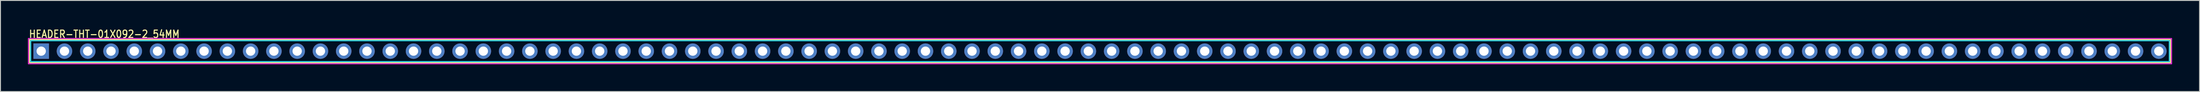
<source format=kicad_pcb>
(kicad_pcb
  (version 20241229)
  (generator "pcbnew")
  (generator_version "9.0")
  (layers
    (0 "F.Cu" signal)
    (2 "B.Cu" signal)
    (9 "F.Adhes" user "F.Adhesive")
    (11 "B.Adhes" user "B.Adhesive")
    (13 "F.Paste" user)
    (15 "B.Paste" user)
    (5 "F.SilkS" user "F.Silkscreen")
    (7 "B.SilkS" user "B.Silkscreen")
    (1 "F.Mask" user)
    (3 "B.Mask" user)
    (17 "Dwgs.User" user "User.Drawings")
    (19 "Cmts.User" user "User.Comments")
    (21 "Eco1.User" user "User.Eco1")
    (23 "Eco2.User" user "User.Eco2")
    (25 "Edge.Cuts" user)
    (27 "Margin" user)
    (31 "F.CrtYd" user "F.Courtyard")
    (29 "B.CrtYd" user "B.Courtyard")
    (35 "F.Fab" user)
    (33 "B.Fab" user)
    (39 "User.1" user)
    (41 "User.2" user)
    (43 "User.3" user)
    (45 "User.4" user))
  (footprint "HEADER-THT-01X092-2_54MM"
    (layer "F.Cu")
    (at 1.447 2.579)
    (property "Reference" "HEADER-THT-01X092-2_54MM" (at -1.4 -1.4 0) (unlocked yes) (layer "F.SilkS") (effects (font (size 0.813 0.695) (thickness 0.122)) (justify left bottom)))
    (fp_line (start -1.27 -1.27) (end -1.27 1.27) (stroke (width 0.127) (type solid)) (layer "F.SilkS"))
    (fp_line (start -1.27 1.27) (end 232.41 1.27) (stroke (width 0.127) (type solid)) (layer "F.SilkS"))
    (fp_line (start 232.41 -1.27) (end -1.27 -1.27) (stroke (width 0.127) (type solid)) (layer "F.SilkS"))
    (fp_line (start 232.41 1.27) (end 232.41 -1.27) (stroke (width 0.127) (type solid)) (layer "F.SilkS"))
    (fp_poly (pts (xy -1.143 -1.143) (xy 232.283 -1.143) (xy 232.283 1.143) (xy -1.143 1.143)) (stroke (width 0.1) (type solid)) (fill no) (layer "B.CrtYd"))
    (fp_poly (pts (xy -1.397 -1.397) (xy 232.537 -1.397) (xy 232.537 1.397) (xy -1.397 1.397)) (stroke (width 0.1) (type solid)) (fill no) (layer "F.CrtYd"))
    (pad "P$1" thru_hole rect (at 0 0) (size 1.693 1.693) (drill 1.016) (layers "*.Cu" "*.Mask"))
    (pad "P$2" thru_hole oval (at 2.54 0) (size 1.693 1.693) (drill 1.016) (layers "*.Cu" "*.Mask"))
    (pad "P$3" thru_hole oval (at 5.08 0) (size 1.693 1.693) (drill 1.016) (layers "*.Cu" "*.Mask"))
    (pad "P$4" thru_hole oval (at 7.62 0) (size 1.693 1.693) (drill 1.016) (layers "*.Cu" "*.Mask"))
    (pad "P$5" thru_hole oval (at 10.16 0) (size 1.693 1.693) (drill 1.016) (layers "*.Cu" "*.Mask"))
    (pad "P$6" thru_hole oval (at 12.7 0) (size 1.693 1.693) (drill 1.016) (layers "*.Cu" "*.Mask"))
    (pad "P$7" thru_hole oval (at 15.24 0) (size 1.693 1.693) (drill 1.016) (layers "*.Cu" "*.Mask"))
    (pad "P$8" thru_hole oval (at 17.78 0) (size 1.693 1.693) (drill 1.016) (layers "*.Cu" "*.Mask"))
    (pad "P$9" thru_hole oval (at 20.32 0) (size 1.693 1.693) (drill 1.016) (layers "*.Cu" "*.Mask"))
    (pad "P$10" thru_hole oval (at 22.86 0) (size 1.693 1.693) (drill 1.016) (layers "*.Cu" "*.Mask"))
    (pad "P$11" thru_hole oval (at 25.4 0) (size 1.693 1.693) (drill 1.016) (layers "*.Cu" "*.Mask"))
    (pad "P$12" thru_hole oval (at 27.94 0) (size 1.693 1.693) (drill 1.016) (layers "*.Cu" "*.Mask"))
    (pad "P$13" thru_hole oval (at 30.48 0) (size 1.693 1.693) (drill 1.016) (layers "*.Cu" "*.Mask"))
    (pad "P$14" thru_hole oval (at 33.02 0) (size 1.693 1.693) (drill 1.016) (layers "*.Cu" "*.Mask"))
    (pad "P$15" thru_hole oval (at 35.56 0) (size 1.693 1.693) (drill 1.016) (layers "*.Cu" "*.Mask"))
    (pad "P$16" thru_hole oval (at 38.1 0) (size 1.693 1.693) (drill 1.016) (layers "*.Cu" "*.Mask"))
    (pad "P$17" thru_hole oval (at 40.64 0) (size 1.693 1.693) (drill 1.016) (layers "*.Cu" "*.Mask"))
    (pad "P$18" thru_hole oval (at 43.18 0) (size 1.693 1.693) (drill 1.016) (layers "*.Cu" "*.Mask"))
    (pad "P$19" thru_hole oval (at 45.72 0) (size 1.693 1.693) (drill 1.016) (layers "*.Cu" "*.Mask"))
    (pad "P$20" thru_hole oval (at 48.26 0) (size 1.693 1.693) (drill 1.016) (layers "*.Cu" "*.Mask"))
    (pad "P$21" thru_hole oval (at 50.8 0) (size 1.693 1.693) (drill 1.016) (layers "*.Cu" "*.Mask"))
    (pad "P$22" thru_hole oval (at 53.34 0) (size 1.693 1.693) (drill 1.016) (layers "*.Cu" "*.Mask"))
    (pad "P$23" thru_hole oval (at 55.88 0) (size 1.693 1.693) (drill 1.016) (layers "*.Cu" "*.Mask"))
    (pad "P$24" thru_hole oval (at 58.42 0) (size 1.693 1.693) (drill 1.016) (layers "*.Cu" "*.Mask"))
    (pad "P$25" thru_hole oval (at 60.96 0) (size 1.693 1.693) (drill 1.016) (layers "*.Cu" "*.Mask"))
    (pad "P$26" thru_hole oval (at 63.5 0) (size 1.693 1.693) (drill 1.016) (layers "*.Cu" "*.Mask"))
    (pad "P$27" thru_hole oval (at 66.04 0) (size 1.693 1.693) (drill 1.016) (layers "*.Cu" "*.Mask"))
    (pad "P$28" thru_hole oval (at 68.58 0) (size 1.693 1.693) (drill 1.016) (layers "*.Cu" "*.Mask"))
    (pad "P$29" thru_hole oval (at 71.12 0) (size 1.693 1.693) (drill 1.016) (layers "*.Cu" "*.Mask"))
    (pad "P$30" thru_hole oval (at 73.66 0) (size 1.693 1.693) (drill 1.016) (layers "*.Cu" "*.Mask"))
    (pad "P$31" thru_hole oval (at 76.2 0) (size 1.693 1.693) (drill 1.016) (layers "*.Cu" "*.Mask"))
    (pad "P$32" thru_hole oval (at 78.74 0) (size 1.693 1.693) (drill 1.016) (layers "*.Cu" "*.Mask"))
    (pad "P$33" thru_hole oval (at 81.28 0) (size 1.693 1.693) (drill 1.016) (layers "*.Cu" "*.Mask"))
    (pad "P$34" thru_hole oval (at 83.82 0) (size 1.693 1.693) (drill 1.016) (layers "*.Cu" "*.Mask"))
    (pad "P$35" thru_hole oval (at 86.36 0) (size 1.693 1.693) (drill 1.016) (layers "*.Cu" "*.Mask"))
    (pad "P$36" thru_hole oval (at 88.9 0) (size 1.693 1.693) (drill 1.016) (layers "*.Cu" "*.Mask"))
    (pad "P$37" thru_hole oval (at 91.44 0) (size 1.693 1.693) (drill 1.016) (layers "*.Cu" "*.Mask"))
    (pad "P$38" thru_hole oval (at 93.98 0) (size 1.693 1.693) (drill 1.016) (layers "*.Cu" "*.Mask"))
    (pad "P$39" thru_hole oval (at 96.52 0) (size 1.693 1.693) (drill 1.016) (layers "*.Cu" "*.Mask"))
    (pad "P$40" thru_hole oval (at 99.06 0) (size 1.693 1.693) (drill 1.016) (layers "*.Cu" "*.Mask"))
    (pad "P$41" thru_hole oval (at 101.6 0) (size 1.693 1.693) (drill 1.016) (layers "*.Cu" "*.Mask"))
    (pad "P$42" thru_hole oval (at 104.14 0) (size 1.693 1.693) (drill 1.016) (layers "*.Cu" "*.Mask"))
    (pad "P$43" thru_hole oval (at 106.68 0) (size 1.693 1.693) (drill 1.016) (layers "*.Cu" "*.Mask"))
    (pad "P$44" thru_hole oval (at 109.22 0) (size 1.693 1.693) (drill 1.016) (layers "*.Cu" "*.Mask"))
    (pad "P$45" thru_hole oval (at 111.76 0) (size 1.693 1.693) (drill 1.016) (layers "*.Cu" "*.Mask"))
    (pad "P$46" thru_hole oval (at 114.3 0) (size 1.693 1.693) (drill 1.016) (layers "*.Cu" "*.Mask"))
    (pad "P$47" thru_hole oval (at 116.84 0) (size 1.693 1.693) (drill 1.016) (layers "*.Cu" "*.Mask"))
    (pad "P$48" thru_hole oval (at 119.38 0) (size 1.693 1.693) (drill 1.016) (layers "*.Cu" "*.Mask"))
    (pad "P$49" thru_hole oval (at 121.92 0) (size 1.693 1.693) (drill 1.016) (layers "*.Cu" "*.Mask"))
    (pad "P$50" thru_hole oval (at 124.46 0) (size 1.693 1.693) (drill 1.016) (layers "*.Cu" "*.Mask"))
    (pad "P$51" thru_hole oval (at 127 0) (size 1.693 1.693) (drill 1.016) (layers "*.Cu" "*.Mask"))
    (pad "P$52" thru_hole oval (at 129.54 0) (size 1.693 1.693) (drill 1.016) (layers "*.Cu" "*.Mask"))
    (pad "P$53" thru_hole oval (at 132.08 0) (size 1.693 1.693) (drill 1.016) (layers "*.Cu" "*.Mask"))
    (pad "P$54" thru_hole oval (at 134.62 0) (size 1.693 1.693) (drill 1.016) (layers "*.Cu" "*.Mask"))
    (pad "P$55" thru_hole oval (at 137.16 0) (size 1.693 1.693) (drill 1.016) (layers "*.Cu" "*.Mask"))
    (pad "P$56" thru_hole oval (at 139.7 0) (size 1.693 1.693) (drill 1.016) (layers "*.Cu" "*.Mask"))
    (pad "P$57" thru_hole oval (at 142.24 0) (size 1.693 1.693) (drill 1.016) (layers "*.Cu" "*.Mask"))
    (pad "P$58" thru_hole oval (at 144.78 0) (size 1.693 1.693) (drill 1.016) (layers "*.Cu" "*.Mask"))
    (pad "P$59" thru_hole oval (at 147.32 0) (size 1.693 1.693) (drill 1.016) (layers "*.Cu" "*.Mask"))
    (pad "P$60" thru_hole oval (at 149.86 0) (size 1.693 1.693) (drill 1.016) (layers "*.Cu" "*.Mask"))
    (pad "P$61" thru_hole oval (at 152.4 0) (size 1.693 1.693) (drill 1.016) (layers "*.Cu" "*.Mask"))
    (pad "P$62" thru_hole oval (at 154.94 0) (size 1.693 1.693) (drill 1.016) (layers "*.Cu" "*.Mask"))
    (pad "P$63" thru_hole oval (at 157.48 0) (size 1.693 1.693) (drill 1.016) (layers "*.Cu" "*.Mask"))
    (pad "P$64" thru_hole oval (at 160.02 0) (size 1.693 1.693) (drill 1.016) (layers "*.Cu" "*.Mask"))
    (pad "P$65" thru_hole oval (at 162.56 0) (size 1.693 1.693) (drill 1.016) (layers "*.Cu" "*.Mask"))
    (pad "P$66" thru_hole oval (at 165.1 0) (size 1.693 1.693) (drill 1.016) (layers "*.Cu" "*.Mask"))
    (pad "P$67" thru_hole oval (at 167.64 0) (size 1.693 1.693) (drill 1.016) (layers "*.Cu" "*.Mask"))
    (pad "P$68" thru_hole oval (at 170.18 0) (size 1.693 1.693) (drill 1.016) (layers "*.Cu" "*.Mask"))
    (pad "P$69" thru_hole oval (at 172.72 0) (size 1.693 1.693) (drill 1.016) (layers "*.Cu" "*.Mask"))
    (pad "P$70" thru_hole oval (at 175.26 0) (size 1.693 1.693) (drill 1.016) (layers "*.Cu" "*.Mask"))
    (pad "P$71" thru_hole oval (at 177.8 0) (size 1.693 1.693) (drill 1.016) (layers "*.Cu" "*.Mask"))
    (pad "P$72" thru_hole oval (at 180.34 0) (size 1.693 1.693) (drill 1.016) (layers "*.Cu" "*.Mask"))
    (pad "P$73" thru_hole oval (at 182.88 0) (size 1.693 1.693) (drill 1.016) (layers "*.Cu" "*.Mask"))
    (pad "P$74" thru_hole oval (at 185.42 0) (size 1.693 1.693) (drill 1.016) (layers "*.Cu" "*.Mask"))
    (pad "P$75" thru_hole oval (at 187.96 0) (size 1.693 1.693) (drill 1.016) (layers "*.Cu" "*.Mask"))
    (pad "P$76" thru_hole oval (at 190.5 0) (size 1.693 1.693) (drill 1.016) (layers "*.Cu" "*.Mask"))
    (pad "P$77" thru_hole oval (at 193.04 0) (size 1.693 1.693) (drill 1.016) (layers "*.Cu" "*.Mask"))
    (pad "P$78" thru_hole oval (at 195.58 0) (size 1.693 1.693) (drill 1.016) (layers "*.Cu" "*.Mask"))
    (pad "P$79" thru_hole oval (at 198.12 0) (size 1.693 1.693) (drill 1.016) (layers "*.Cu" "*.Mask"))
    (pad "P$80" thru_hole oval (at 200.66 0) (size 1.693 1.693) (drill 1.016) (layers "*.Cu" "*.Mask"))
    (pad "P$81" thru_hole oval (at 203.2 0) (size 1.693 1.693) (drill 1.016) (layers "*.Cu" "*.Mask"))
    (pad "P$82" thru_hole oval (at 205.74 0) (size 1.693 1.693) (drill 1.016) (layers "*.Cu" "*.Mask"))
    (pad "P$83" thru_hole oval (at 208.28 0) (size 1.693 1.693) (drill 1.016) (layers "*.Cu" "*.Mask"))
    (pad "P$84" thru_hole oval (at 210.82 0) (size 1.693 1.693) (drill 1.016) (layers "*.Cu" "*.Mask"))
    (pad "P$85" thru_hole oval (at 213.36 0) (size 1.693 1.693) (drill 1.016) (layers "*.Cu" "*.Mask"))
    (pad "P$86" thru_hole oval (at 215.9 0) (size 1.693 1.693) (drill 1.016) (layers "*.Cu" "*.Mask"))
    (pad "P$87" thru_hole oval (at 218.44 0) (size 1.693 1.693) (drill 1.016) (layers "*.Cu" "*.Mask"))
    (pad "P$88" thru_hole oval (at 220.98 0) (size 1.693 1.693) (drill 1.016) (layers "*.Cu" "*.Mask"))
    (pad "P$89" thru_hole oval (at 223.52 0) (size 1.693 1.693) (drill 1.016) (layers "*.Cu" "*.Mask"))
    (pad "P$90" thru_hole oval (at 226.06 0) (size 1.693 1.693) (drill 1.016) (layers "*.Cu" "*.Mask"))
    (pad "P$91" thru_hole oval (at 228.6 0) (size 1.693 1.693) (drill 1.016) (layers "*.Cu" "*.Mask"))
    (pad "P$92" thru_hole oval (at 231.14 0) (size 1.693 1.693) (drill 1.016) (layers "*.Cu" "*.Mask")))
  (gr_rect
    (start -3 -3)
    (end 237.034 7.026)
    (stroke (width 0.1) (type default))
    (fill no)
    (layer "Edge.Cuts")))
</source>
